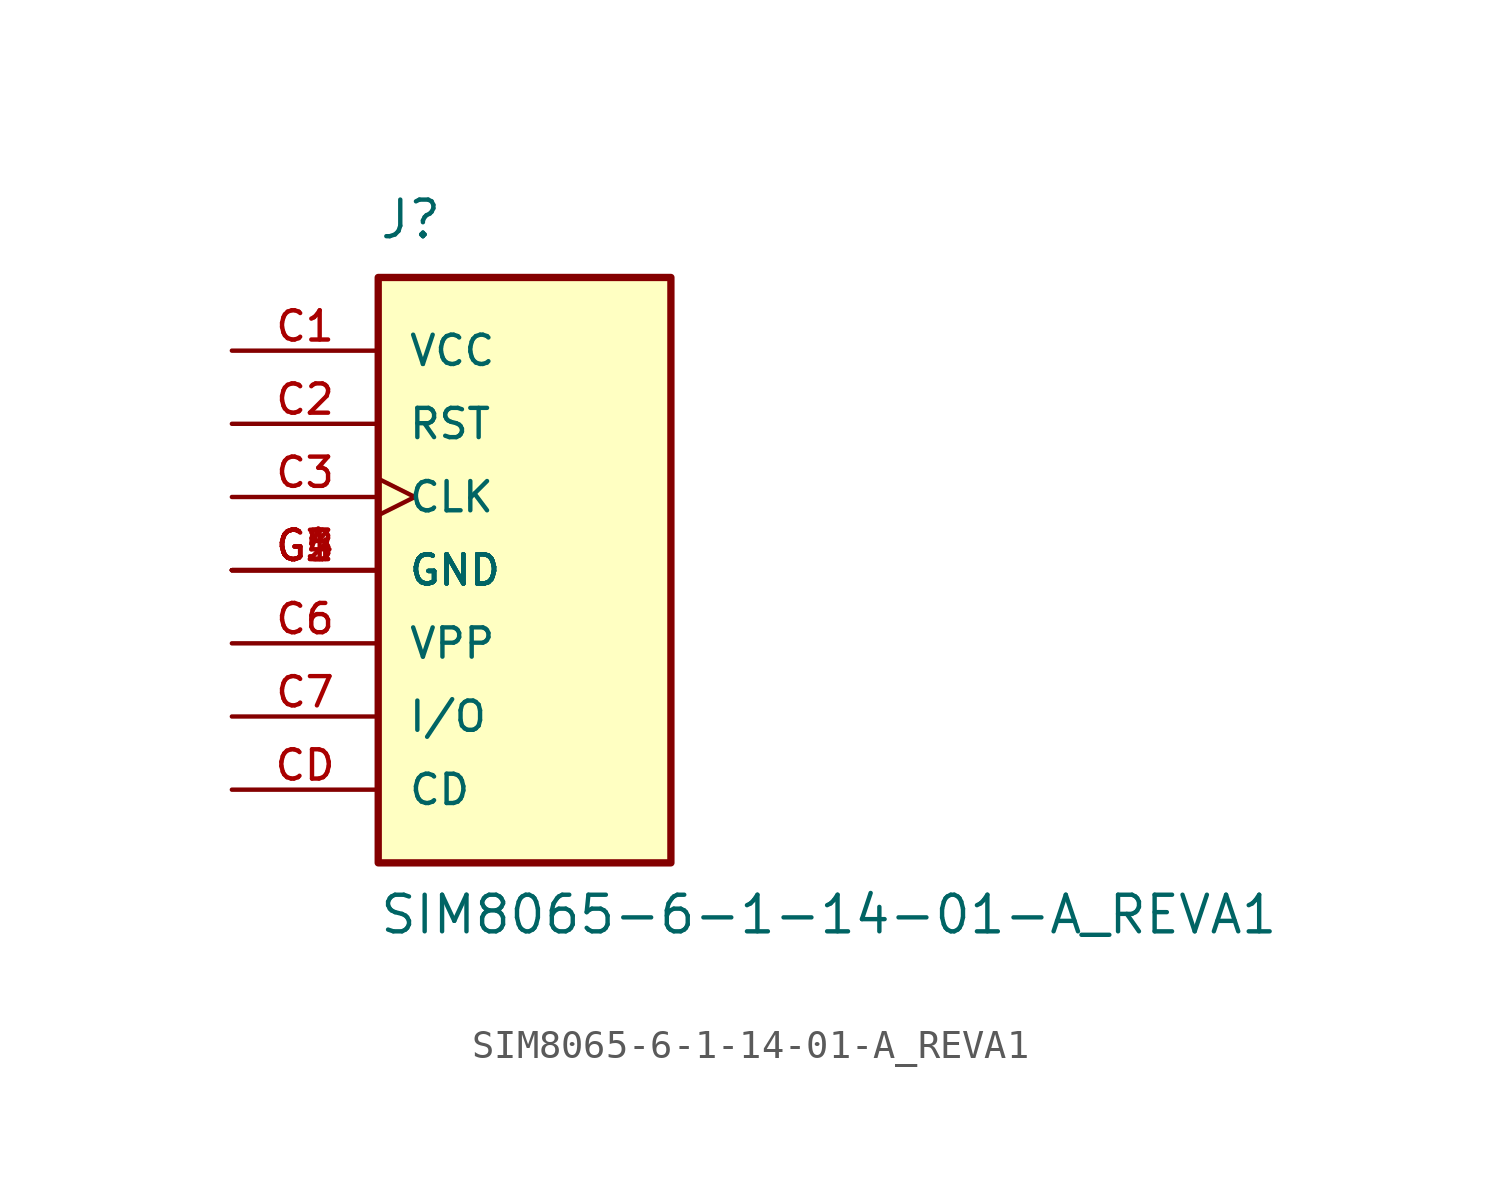
<source format=kicad_sym>
(kicad_symbol_lib
  (version 20201005)
  (generator kicad_symbol_editor)
  (symbol "SIM8065-6-1-14-01-A_REVA1"
    (pin_names
      (offset 1.016))
    (property "Reference" "J"
      (at -5.08 11.43 0)
      (effects (font (size 1.27 1.27)) (justify left bottom)))
    (property "Value" "SIM8065-6-1-14-01-A_REVA1"
      (at -5.08 -12.7 0)
      (effects (font (size 1.27 1.27)) (justify left bottom)))
    (property "ki_locked" ""
      (at 0 0 0)
      (effects (font (size 1.27 1.27))))
    (symbol "SIM8065-6-1-14-01-A_REVA1_0_0"
      (rectangle (start -5.08 -10.16) (end 5.08 10.16) (stroke (width 0.254)) (fill (type background)))
      (pin power_in line (at -10.16 7.62 0) (length 5.08) (name "VCC" (effects (font (size 1.016 1.016)))) (number "C1" (effects (font (size 1.016 1.016)))))
      (pin input line (at -10.16 5.08 0) (length 5.08) (name "RST" (effects (font (size 1.016 1.016)))) (number "C2" (effects (font (size 1.016 1.016)))))
      (pin input clock (at -10.16 2.54 0) (length 5.08) (name "CLK" (effects (font (size 1.016 1.016)))) (number "C3" (effects (font (size 1.016 1.016)))))
      (pin power_in line (at -10.16 0 0) (length 5.08) (name "GND" (effects (font (size 1.016 1.016)))) (number "C5" (effects (font (size 1.016 1.016)))))
      (pin power_in line (at -10.16 -2.54 0) (length 5.08) (name "VPP" (effects (font (size 1.016 1.016)))) (number "C6" (effects (font (size 1.016 1.016)))))
      (pin bidirectional line (at -10.16 -5.08 0) (length 5.08) (name "I/O" (effects (font (size 1.016 1.016)))) (number "C7" (effects (font (size 1.016 1.016)))))
      (pin input line (at -10.16 -7.62 0) (length 5.08) (name "CD" (effects (font (size 1.016 1.016)))) (number "CD" (effects (font (size 1.016 1.016)))))
      (pin power_in line (at -10.16 0 0) (length 5.08) (name "GND" (effects (font (size 1.016 1.016)))) (number "G1" (effects (font (size 1.016 1.016)))))
      (pin power_in line (at -10.16 0 0) (length 5.08) (name "GND" (effects (font (size 1.016 1.016)))) (number "G2" (effects (font (size 1.016 1.016)))))
      (pin power_in line (at -10.16 0 0) (length 5.08) (name "GND" (effects (font (size 1.016 1.016)))) (number "G3" (effects (font (size 1.016 1.016)))))
      (pin power_in line (at -10.16 0 0) (length 5.08) (name "GND" (effects (font (size 1.016 1.016)))) (number "G4" (effects (font (size 1.016 1.016))))))))
</source>
